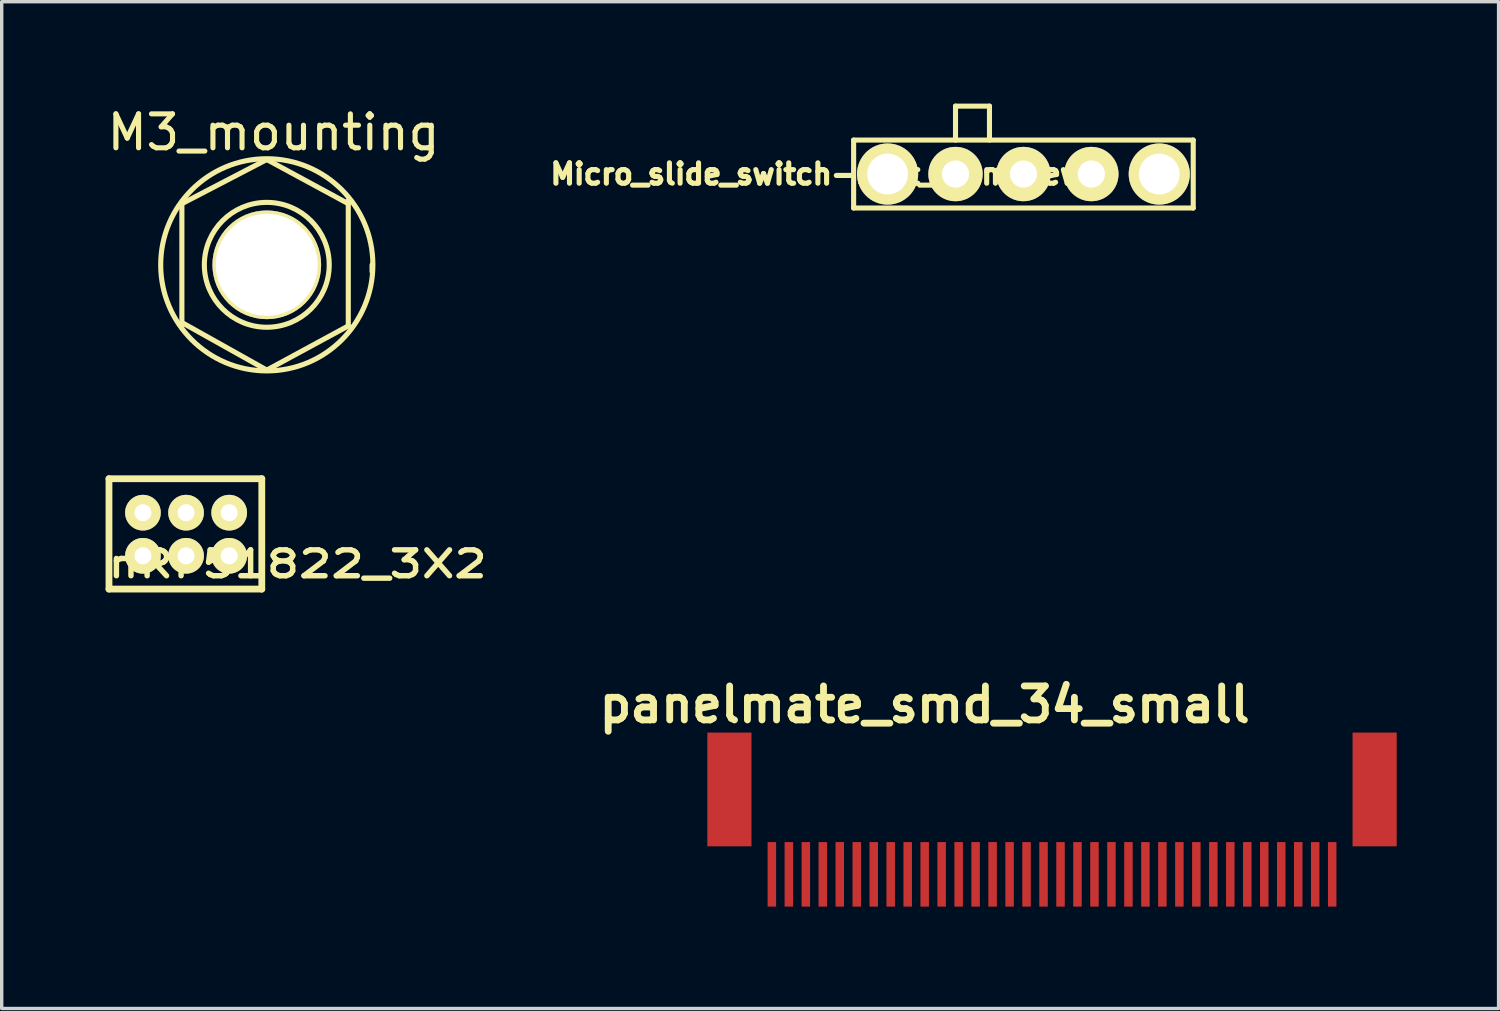
<source format=kicad_pcb>
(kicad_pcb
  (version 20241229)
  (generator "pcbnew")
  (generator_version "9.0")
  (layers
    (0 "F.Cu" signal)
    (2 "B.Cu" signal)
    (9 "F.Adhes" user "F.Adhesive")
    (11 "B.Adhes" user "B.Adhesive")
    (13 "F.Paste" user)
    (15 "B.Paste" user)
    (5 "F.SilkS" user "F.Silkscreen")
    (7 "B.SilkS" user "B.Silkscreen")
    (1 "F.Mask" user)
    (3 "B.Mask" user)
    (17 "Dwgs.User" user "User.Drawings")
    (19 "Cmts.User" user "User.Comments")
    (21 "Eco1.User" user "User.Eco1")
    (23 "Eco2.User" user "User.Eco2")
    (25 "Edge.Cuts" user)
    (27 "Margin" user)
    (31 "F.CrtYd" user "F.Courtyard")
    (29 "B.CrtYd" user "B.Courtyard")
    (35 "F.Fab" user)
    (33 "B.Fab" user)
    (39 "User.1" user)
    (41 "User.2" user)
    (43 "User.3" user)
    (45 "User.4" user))
  (footprint "Micro_slide_switch-spst_2mm_new"
    (layer "F.Cu")
    (at 27.087 2.075)
    (property "Reference" "Micro_slide_switch-spst_2mm_new" (at -6.096 0 0) (layer "F.SilkS") (effects (font (size 0.6 0.6) (thickness 0.15))))
    (attr through_hole)
    (fp_line (start -5 -1) (end -5 1) (stroke (width 0.15) (type solid)) (layer "F.SilkS"))
    (fp_line (start -5 1) (end 5 1) (stroke (width 0.15) (type solid)) (layer "F.SilkS"))
    (fp_line (start -2 -2) (end -1 -2) (stroke (width 0.15) (type solid)) (layer "F.SilkS"))
    (fp_line (start -2 -1) (end -2 -2) (stroke (width 0.15) (type solid)) (layer "F.SilkS"))
    (fp_line (start -1 -2) (end -1 -1) (stroke (width 0.15) (type solid)) (layer "F.SilkS"))
    (fp_line (start 5 -1) (end -5 -1) (stroke (width 0.15) (type solid)) (layer "F.SilkS"))
    (fp_line (start 5 1) (end 5 -1) (stroke (width 0.15) (type solid)) (layer "F.SilkS"))
    (pad "1" thru_hole circle (at -2 0) (size 1.6 1.6) (drill 0.8) (layers "*.Cu" "*.Mask" "F.SilkS"))
    (pad "2" thru_hole circle (at 0 0) (size 1.6 1.6) (drill 0.8) (layers "*.Cu" "*.Mask" "F.SilkS"))
    (pad "3" thru_hole circle (at 2 0) (size 1.6 1.6) (drill 0.8) (layers "*.Cu" "*.Mask" "F.SilkS"))
    (pad "4" thru_hole circle (at 4 0) (size 1.8 1.8) (drill 1.2) (layers "*.Cu" "*.Mask" "F.SilkS"))
    (pad "5" thru_hole circle (at -4 0) (size 1.8 1.8) (drill 1.2) (layers "*.Cu" "*.Mask" "F.SilkS")))
  (footprint "M3_mounting"
    (layer "F.Cu")
    (at 4.806 4.748)
    (property "Reference" "M3_mounting" (at 0.2 -3.9 0) (layer "F.SilkS") (effects (font (size 1 1) (thickness 0.15))))
    (attr through_hole)
    (fp_line (start -2.5 -1.8) (end 0 -3.1) (stroke (width 0.15) (type solid)) (layer "F.SilkS"))
    (fp_line (start -2.5 1.7) (end 0 3.1) (stroke (width 0.15) (type solid)) (layer "F.SilkS"))
    (fp_line (start -2.5 1.8) (end -2.5 -1.8) (stroke (width 0.15) (type solid)) (layer "F.SilkS"))
    (fp_line (start 0 3.1) (end 2.4 1.8) (stroke (width 0.15) (type solid)) (layer "F.SilkS"))
    (fp_line (start 2.4 -1.8) (end 0 -3.1) (stroke (width 0.15) (type solid)) (layer "F.SilkS"))
    (fp_line (start 2.4 1.8) (end 2.4 -1.9) (stroke (width 0.15) (type solid)) (layer "F.SilkS"))
    (fp_line (start 3.1 0) (end 3.1 0.2) (stroke (width 0.15) (type solid)) (layer "F.SilkS"))
    (fp_circle (center 0 0) (end 1.3 1.3) (stroke (width 0.15) (type solid)) (fill no) (layer "F.SilkS"))
    (fp_circle (center 0 0) (end 2 2.4) (stroke (width 0.15) (type solid)) (fill no) (layer "F.SilkS"))
    (pad "" np_thru_hole circle (at 0 0) (size 3.2 3.2) (drill 3) (layers "*.Cu" "*.Mask" "F.SilkS")))
  (footprint "nRF51822_3X2"
    (layer "F.Cu")
    (at 2.409 12.797)
    (property "Reference" "nRF51822_3X2" (at 3.302 0.762 0) (layer "F.SilkS") (effects (font (size 0.762 1) (thickness 0.16))))
    (attr through_hole)
    (fp_line (start -2.25 -1.75) (end 2.25 -1.75) (stroke (width 0.2) (type solid)) (layer "F.SilkS"))
    (fp_line (start -2.25 1.5) (end -2.25 -1.75) (stroke (width 0.2) (type solid)) (layer "F.SilkS"))
    (fp_line (start 2.25 -1.75) (end 2.25 1.5) (stroke (width 0.2) (type solid)) (layer "F.SilkS"))
    (fp_line (start 2.25 1.5) (end -2.25 1.5) (stroke (width 0.2) (type solid)) (layer "F.SilkS"))
    (pad "1" thru_hole circle (at -1.25 0.52) (size 1.05 1.05) (drill 0.5) (layers "*.Cu" "*.Mask" "F.SilkS"))
    (pad "2" thru_hole circle (at -1.25 -0.75) (size 1.05 1.05) (drill 0.5) (layers "*.Cu" "*.Mask" "F.SilkS"))
    (pad "3" thru_hole circle (at 0.02 0.52) (size 1.05 1.05) (drill 0.5) (layers "*.Cu" "*.Mask" "F.SilkS"))
    (pad "4" thru_hole circle (at 0.02 -0.75) (size 1.05 1.05) (drill 0.5) (layers "*.Cu" "*.Mask" "F.SilkS"))
    (pad "5" thru_hole circle (at 1.29 0.52) (size 1.05 1.05) (drill 0.5) (layers "*.Cu" "*.Mask" "F.SilkS"))
    (pad "6" thru_hole circle (at 1.29 -0.75) (size 1.05 1.05) (drill 0.5) (layers "*.Cu" "*.Mask" "F.SilkS")))
  (footprint "panelmate_smd_34_small"
    (layer "F.Cu")
    (at 33.179 11.197)
    (property "Reference" "panelmate_smd_34_small" (at -9 6.5 0) (layer "F.SilkS") (effects (font (size 1.001 1.001) (thickness 0.201))))
    (attr through_hole)
    (fp_line (start -15 8) (end -15 9) (stroke (width 0.15) (type solid)) (layer "B.Paste"))
    (fp_line (start -15 9) (end -15 11) (stroke (width 0.15) (type solid)) (layer "B.Paste"))
    (fp_line (start -15 11) (end -14.5 11.5) (stroke (width 0.15) (type solid)) (layer "B.Paste"))
    (fp_line (start -14.5 11.5) (end 3.25 11.5) (stroke (width 0.15) (type solid)) (layer "B.Paste"))
    (fp_line (start 3.25 11.5) (end 3.75 11.5) (stroke (width 0.15) (type solid)) (layer "B.Paste"))
    (fp_line (start 3.75 11.5) (end 4.25 11) (stroke (width 0.15) (type solid)) (layer "B.Paste"))
    (fp_line (start 4.25 8) (end -15 8) (stroke (width 0.15) (type solid)) (layer "B.Paste"))
    (fp_line (start 4.25 8.5) (end 4.25 8) (stroke (width 0.15) (type solid)) (layer "B.Paste"))
    (fp_line (start 4.25 11) (end 4.25 8.5) (stroke (width 0.15) (type solid)) (layer "B.Paste"))
    (pad "1" smd rect (at -13.5 11.5) (size 0.25 1.9) (layers "F.Cu" "F.Mask" "F.Paste"))
    (pad "2" smd rect (at -13 11.5) (size 0.25 1.9) (layers "F.Cu" "F.Mask" "F.Paste"))
    (pad "3" smd rect (at -12.5 11.5) (size 0.25 1.9) (layers "F.Cu" "F.Mask" "F.Paste"))
    (pad "4" smd rect (at -12 11.5) (size 0.25 1.9) (layers "F.Cu" "F.Mask" "F.Paste"))
    (pad "5" smd rect (at -11.5 11.5) (size 0.25 1.9) (layers "F.Cu" "F.Mask" "F.Paste"))
    (pad "6" smd rect (at -11 11.5) (size 0.25 1.9) (layers "F.Cu" "F.Mask" "F.Paste"))
    (pad "7" smd rect (at -10.5 11.5) (size 0.25 1.9) (layers "F.Cu" "F.Mask" "F.Paste"))
    (pad "8" smd rect (at -10 11.5) (size 0.25 1.9) (layers "F.Cu" "F.Mask" "F.Paste"))
    (pad "9" smd rect (at -9.5 11.5) (size 0.25 1.9) (layers "F.Cu" "F.Mask" "F.Paste"))
    (pad "10" smd rect (at -9 11.5) (size 0.25 1.9) (layers "F.Cu" "F.Mask" "F.Paste"))
    (pad "11" smd rect (at -8.5 11.5) (size 0.25 1.9) (layers "F.Cu" "F.Mask" "F.Paste"))
    (pad "12" smd rect (at -8 11.5) (size 0.25 1.9) (layers "F.Cu" "F.Mask" "F.Paste"))
    (pad "13" smd rect (at -7.5 11.5) (size 0.25 1.9) (layers "F.Cu" "F.Mask" "F.Paste"))
    (pad "14" smd rect (at -7 11.5) (size 0.25 1.9) (layers "F.Cu" "F.Mask" "F.Paste"))
    (pad "15" smd rect (at -6.5 11.5) (size 0.25 1.9) (layers "F.Cu" "F.Mask" "F.Paste"))
    (pad "16" smd rect (at -6 11.5) (size 0.25 1.9) (layers "F.Cu" "F.Mask" "F.Paste"))
    (pad "17" smd rect (at -5.5 11.5) (size 0.25 1.9) (layers "F.Cu" "F.Mask" "F.Paste"))
    (pad "18" smd rect (at -5 11.5) (size 0.25 1.9) (layers "F.Cu" "F.Mask" "F.Paste"))
    (pad "19" smd rect (at -4.5 11.5) (size 0.25 1.9) (layers "F.Cu" "F.Mask" "F.Paste"))
    (pad "20" smd rect (at -4 11.5) (size 0.25 1.9) (layers "F.Cu" "F.Mask" "F.Paste"))
    (pad "21" smd rect (at -3.5 11.5) (size 0.25 1.9) (layers "F.Cu" "F.Mask" "F.Paste"))
    (pad "22" smd rect (at -3 11.5) (size 0.25 1.9) (layers "F.Cu" "F.Mask" "F.Paste"))
    (pad "23" smd rect (at -2.5 11.5) (size 0.25 1.9) (layers "F.Cu" "F.Mask" "F.Paste"))
    (pad "24" smd rect (at -2 11.5) (size 0.25 1.9) (layers "F.Cu" "F.Mask" "F.Paste"))
    (pad "25" smd rect (at -1.5 11.5) (size 0.25 1.9) (layers "F.Cu" "F.Mask" "F.Paste"))
    (pad "26" smd rect (at -1 11.5) (size 0.25 1.9) (layers "F.Cu" "F.Mask" "F.Paste"))
    (pad "27" smd rect (at -0.5 11.5) (size 0.25 1.9) (layers "F.Cu" "F.Mask" "F.Paste"))
    (pad "28" smd rect (at 0 11.5) (size 0.25 1.9) (layers "F.Cu" "F.Mask" "F.Paste"))
    (pad "29" smd rect (at 0.5 11.5) (size 0.25 1.9) (layers "F.Cu" "F.Mask" "F.Paste"))
    (pad "30" smd rect (at 1 11.5) (size 0.25 1.9) (layers "F.Cu" "F.Mask" "F.Paste"))
    (pad "31" smd rect (at 1.5 11.5) (size 0.25 1.9) (layers "F.Cu" "F.Mask" "F.Paste"))
    (pad "32" smd rect (at 2 11.5) (size 0.25 1.9) (layers "F.Cu" "F.Mask" "F.Paste"))
    (pad "33" smd rect (at 2.5 11.5) (size 0.25 1.9) (layers "F.Cu" "F.Mask" "F.Paste"))
    (pad "34" smd rect (at 3 11.5) (size 0.25 1.9) (layers "F.Cu" "F.Mask" "F.Paste"))
    (pad "35" smd rect (at 4.25 9) (size 1.3 3.35) (layers "F.Cu" "F.Mask" "F.Paste"))
    (pad "36" smd rect (at -14.75 9) (size 1.3 3.35) (layers "F.Cu" "F.Mask" "F.Paste")))
  (gr_rect
    (start -3 -3)
    (end 41.079 26.647)
    (stroke (width 0.1) (type default))
    (fill no)
    (layer "Edge.Cuts")))
</source>
